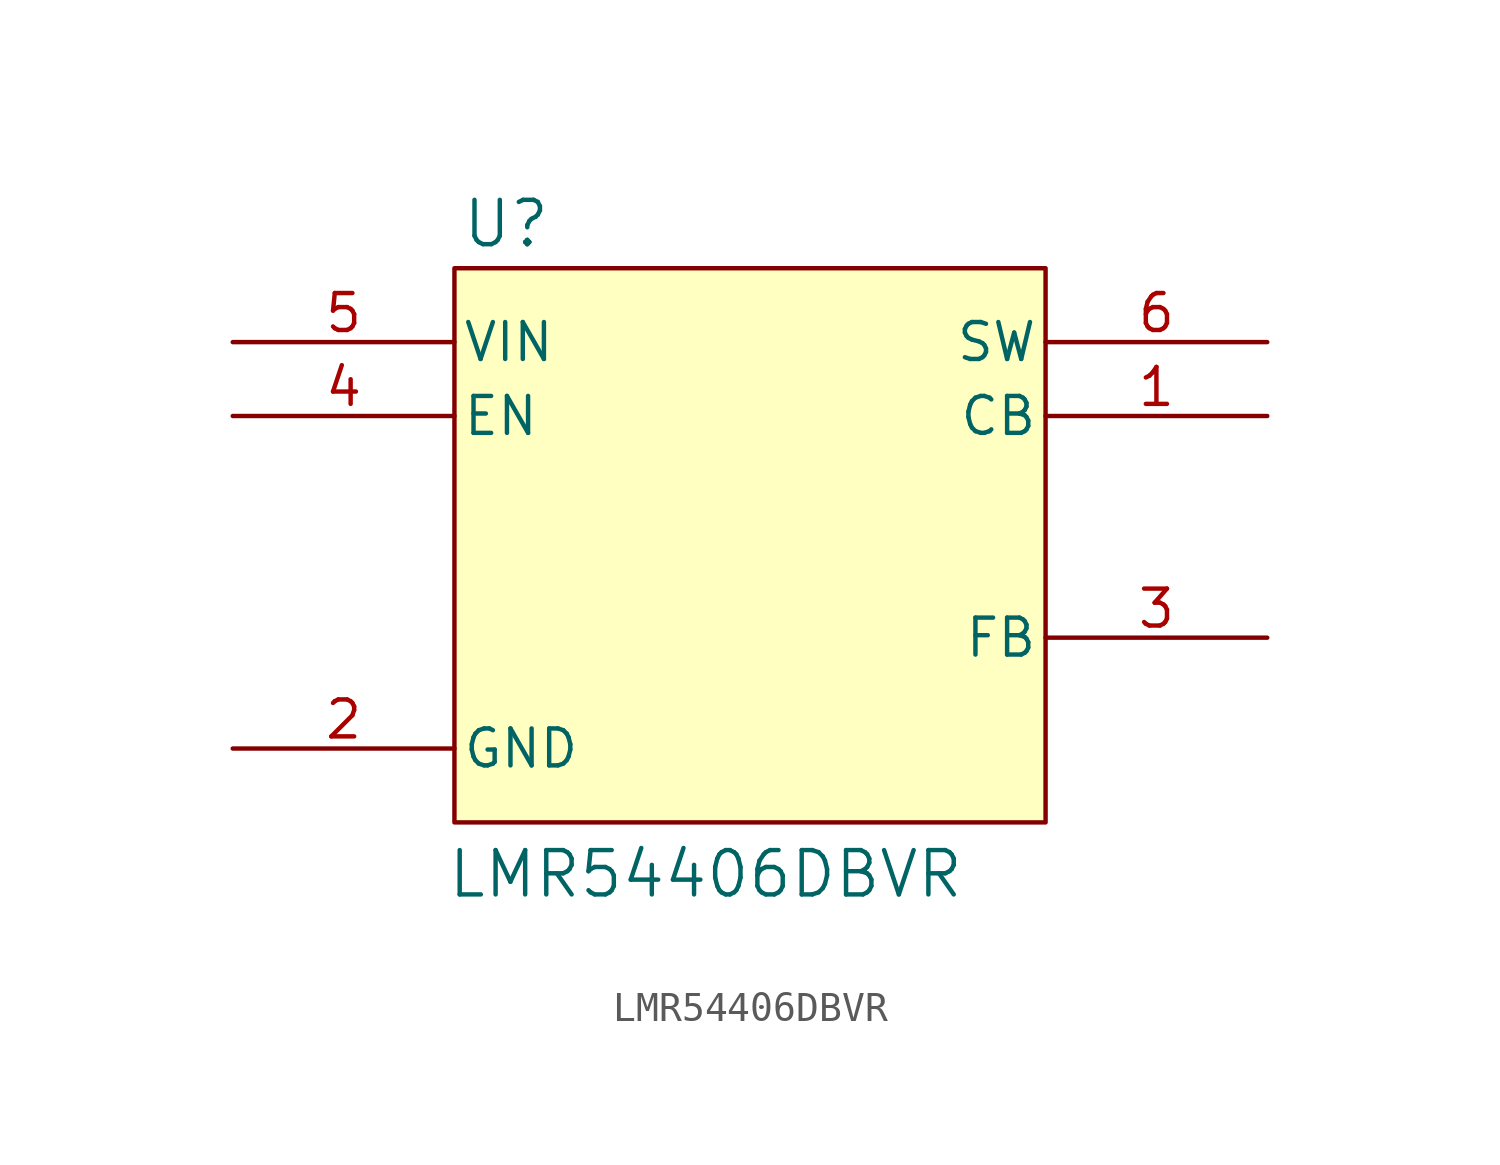
<source format=kicad_sym>
(kicad_symbol_lib
  (version 20241209)
  (generator "kicad_symbol_editor")
  (generator_version "9.0")
  (symbol "LMR54406DBVR"
    (pin_names
      (offset 0.254))
    (property "Reference" "U"
      (at 1.778 1.524 0)
      (effects (font (size 1.524 1.524))))
    (property "Value" "LMR54406DBVR"
      (at 8.636 -20.828 0)
      (effects (font (size 1.524 1.524))))
    (property "ki_locked" ""
      (at 0 0 0)
      (effects (font (size 1.27 1.27))))
    (symbol "LMR54406DBVR_0_1"
      (pin power_in line (at 27.94 -2.54 180) (length 7.62) (name "SW" (effects (font (size 1.27 1.27)))) (number "6" (effects (font (size 1.27 1.27)))))
      (pin power_in line (at 27.94 -5.08 180) (length 7.62) (name "CB" (effects (font (size 1.27 1.27)))) (number "1" (effects (font (size 1.27 1.27)))))
      (pin unspecified line (at 27.94 -12.7 180) (length 7.62) (name "FB" (effects (font (size 1.27 1.27)))) (number "3" (effects (font (size 1.27 1.27))))))
    (symbol "LMR54406DBVR_1_1"
      (rectangle (start 0 0) (end 20.32 -19.05) (stroke (width 0) (type solid)) (fill (type background)))
      (pin passive line (at -7.62 -2.54 0) (length 7.62) (name "VIN" (effects (font (size 1.27 1.27)))) (number "5" (effects (font (size 1.27 1.27)))))
      (pin passive line (at -7.62 -5.08 0) (length 7.62) (name "EN" (effects (font (size 1.27 1.27)))) (number "4" (effects (font (size 1.27 1.27)))))
      (pin passive line (at -7.62 -16.51 0) (length 7.62) (name "GND" (effects (font (size 1.27 1.27)))) (number "2" (effects (font (size 1.27 1.27))))))))
</source>
